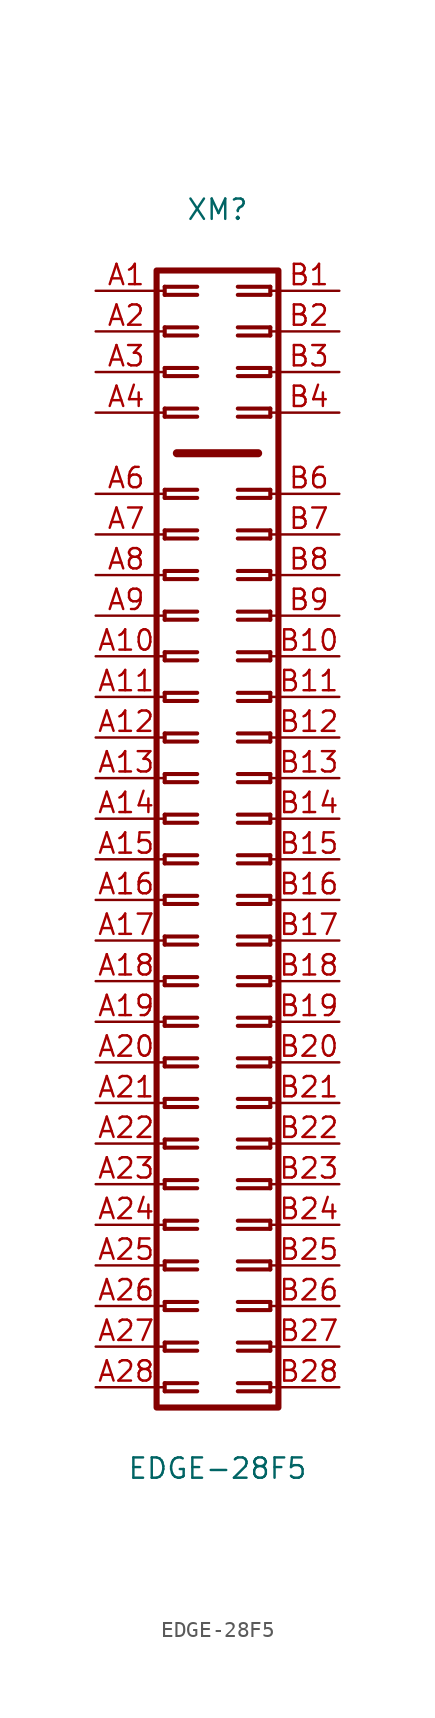
<source format=kicad_sym>
(kicad_symbol_lib
  (version 20231120)
  (generator "kicad_symbol_editor")
  (generator_version "8.0")
  (symbol "EDGE-28F5"
    (pin_names
      (offset 1.016))
    (property "Reference" "XM"
      (at 0 39.37 0)
      (effects (font (size 1.27 1.27))))
    (property "Value" "EDGE-28F5"
      (at 0 -39.37 0)
      (effects (font (size 1.27 1.27))))
    (symbol "EDGE-28F5_0_0"
      (polyline (pts (xy -2.54 24.13) (xy 2.54 24.13)) (stroke (width 0.508) (type default)) (fill (type none))))
    (symbol "EDGE-28F5_0_1"
      (rectangle (start -3.81 35.56) (end 3.81 -35.56) (stroke (width 0.381) (type default)) (fill (type none)))
      (polyline (pts (xy -3.81 -34.29) (xy -3.302 -34.29)) (stroke (width 0) (type default)) (fill (type none)))
      (polyline (pts (xy -3.81 -31.75) (xy -3.302 -31.75)) (stroke (width 0) (type default)) (fill (type none)))
      (polyline (pts (xy -3.81 -29.21) (xy -3.302 -29.21)) (stroke (width 0) (type default)) (fill (type none)))
      (polyline (pts (xy -3.81 -26.67) (xy -3.302 -26.67)) (stroke (width 0) (type default)) (fill (type none)))
      (polyline (pts (xy -3.81 -24.13) (xy -3.302 -24.13)) (stroke (width 0) (type default)) (fill (type none)))
      (polyline (pts (xy -3.81 -21.59) (xy -3.302 -21.59)) (stroke (width 0) (type default)) (fill (type none)))
      (polyline (pts (xy -3.81 -19.05) (xy -3.302 -19.05)) (stroke (width 0) (type default)) (fill (type none)))
      (polyline (pts (xy -3.81 -16.51) (xy -3.302 -16.51)) (stroke (width 0) (type default)) (fill (type none)))
      (polyline (pts (xy -3.81 -13.97) (xy -3.302 -13.97)) (stroke (width 0) (type default)) (fill (type none)))
      (polyline (pts (xy -3.81 -11.43) (xy -3.302 -11.43)) (stroke (width 0) (type default)) (fill (type none)))
      (polyline (pts (xy -3.81 -8.89) (xy -3.302 -8.89)) (stroke (width 0) (type default)) (fill (type none)))
      (polyline (pts (xy -3.81 -6.35) (xy -3.302 -6.35)) (stroke (width 0) (type default)) (fill (type none)))
      (polyline (pts (xy -3.81 -3.81) (xy -3.302 -3.81)) (stroke (width 0) (type default)) (fill (type none)))
      (polyline (pts (xy -3.81 -1.27) (xy -3.302 -1.27)) (stroke (width 0) (type default)) (fill (type none)))
      (polyline (pts (xy -3.81 1.27) (xy -3.302 1.27)) (stroke (width 0) (type default)) (fill (type none)))
      (polyline (pts (xy -3.81 3.81) (xy -3.302 3.81)) (stroke (width 0) (type default)) (fill (type none)))
      (polyline (pts (xy -3.81 6.35) (xy -3.302 6.35)) (stroke (width 0) (type default)) (fill (type none)))
      (polyline (pts (xy -3.81 8.89) (xy -3.302 8.89)) (stroke (width 0) (type default)) (fill (type none)))
      (polyline (pts (xy -3.81 11.43) (xy -3.302 11.43)) (stroke (width 0) (type default)) (fill (type none)))
      (polyline (pts (xy -3.81 13.97) (xy -3.302 13.97)) (stroke (width 0) (type default)) (fill (type none)))
      (polyline (pts (xy -3.81 16.51) (xy -3.302 16.51)) (stroke (width 0) (type default)) (fill (type none)))
      (polyline (pts (xy -3.81 19.05) (xy -3.302 19.05)) (stroke (width 0) (type default)) (fill (type none)))
      (polyline (pts (xy -3.81 21.59) (xy -3.302 21.59)) (stroke (width 0) (type default)) (fill (type none)))
      (polyline (pts (xy -3.81 26.67) (xy -3.302 26.67)) (stroke (width 0) (type default)) (fill (type none)))
      (polyline (pts (xy -3.81 29.21) (xy -3.302 29.21)) (stroke (width 0) (type default)) (fill (type none)))
      (polyline (pts (xy -3.81 31.75) (xy -3.302 31.75)) (stroke (width 0) (type default)) (fill (type none)))
      (polyline (pts (xy -3.81 34.29) (xy -3.302 34.29)) (stroke (width 0) (type default)) (fill (type none)))
      (polyline (pts (xy -3.302 -34.544) (xy -3.302 -34.036)) (stroke (width 0.254) (type default)) (fill (type none)))
      (polyline (pts (xy -3.302 -34.544) (xy -1.27 -34.544)) (stroke (width 0.254) (type default)) (fill (type none)))
      (polyline (pts (xy -3.302 -34.036) (xy -1.27 -34.036)) (stroke (width 0.254) (type default)) (fill (type none)))
      (polyline (pts (xy -3.302 -32.004) (xy -3.302 -31.496)) (stroke (width 0.254) (type default)) (fill (type none)))
      (polyline (pts (xy -3.302 -32.004) (xy -1.27 -32.004)) (stroke (width 0.254) (type default)) (fill (type none)))
      (polyline (pts (xy -3.302 -31.496) (xy -1.27 -31.496)) (stroke (width 0.254) (type default)) (fill (type none)))
      (polyline (pts (xy -3.302 -29.464) (xy -3.302 -28.956)) (stroke (width 0.254) (type default)) (fill (type none)))
      (polyline (pts (xy -3.302 -29.464) (xy -1.27 -29.464)) (stroke (width 0.254) (type default)) (fill (type none)))
      (polyline (pts (xy -3.302 -28.956) (xy -1.27 -28.956)) (stroke (width 0.254) (type default)) (fill (type none)))
      (polyline (pts (xy -3.302 -26.924) (xy -3.302 -26.416)) (stroke (width 0.254) (type default)) (fill (type none)))
      (polyline (pts (xy -3.302 -26.924) (xy -1.27 -26.924)) (stroke (width 0.254) (type default)) (fill (type none)))
      (polyline (pts (xy -3.302 -26.416) (xy -1.27 -26.416)) (stroke (width 0.254) (type default)) (fill (type none)))
      (polyline (pts (xy -3.302 -24.384) (xy -3.302 -23.876)) (stroke (width 0.254) (type default)) (fill (type none)))
      (polyline (pts (xy -3.302 -24.384) (xy -1.27 -24.384)) (stroke (width 0.254) (type default)) (fill (type none)))
      (polyline (pts (xy -3.302 -23.876) (xy -1.27 -23.876)) (stroke (width 0.254) (type default)) (fill (type none)))
      (polyline (pts (xy -3.302 -21.844) (xy -3.302 -21.336)) (stroke (width 0.254) (type default)) (fill (type none)))
      (polyline (pts (xy -3.302 -21.844) (xy -1.27 -21.844)) (stroke (width 0.254) (type default)) (fill (type none)))
      (polyline (pts (xy -3.302 -21.336) (xy -1.27 -21.336)) (stroke (width 0.254) (type default)) (fill (type none)))
      (polyline (pts (xy -3.302 -19.304) (xy -3.302 -18.796)) (stroke (width 0.254) (type default)) (fill (type none)))
      (polyline (pts (xy -3.302 -19.304) (xy -1.27 -19.304)) (stroke (width 0.254) (type default)) (fill (type none)))
      (polyline (pts (xy -3.302 -18.796) (xy -1.27 -18.796)) (stroke (width 0.254) (type default)) (fill (type none)))
      (polyline (pts (xy -3.302 -16.764) (xy -3.302 -16.256)) (stroke (width 0.254) (type default)) (fill (type none)))
      (polyline (pts (xy -3.302 -16.764) (xy -1.27 -16.764)) (stroke (width 0.254) (type default)) (fill (type none)))
      (polyline (pts (xy -3.302 -16.256) (xy -1.27 -16.256)) (stroke (width 0.254) (type default)) (fill (type none)))
      (polyline (pts (xy -3.302 -14.224) (xy -3.302 -13.716)) (stroke (width 0.254) (type default)) (fill (type none)))
      (polyline (pts (xy -3.302 -14.224) (xy -1.27 -14.224)) (stroke (width 0.254) (type default)) (fill (type none)))
      (polyline (pts (xy -3.302 -13.716) (xy -1.27 -13.716)) (stroke (width 0.254) (type default)) (fill (type none)))
      (polyline (pts (xy -3.302 -11.684) (xy -3.302 -11.176)) (stroke (width 0.254) (type default)) (fill (type none)))
      (polyline (pts (xy -3.302 -11.684) (xy -1.27 -11.684)) (stroke (width 0.254) (type default)) (fill (type none)))
      (polyline (pts (xy -3.302 -11.176) (xy -1.27 -11.176)) (stroke (width 0.254) (type default)) (fill (type none)))
      (polyline (pts (xy -3.302 -9.144) (xy -3.302 -8.636)) (stroke (width 0.254) (type default)) (fill (type none)))
      (polyline (pts (xy -3.302 -9.144) (xy -1.27 -9.144)) (stroke (width 0.254) (type default)) (fill (type none)))
      (polyline (pts (xy -3.302 -8.636) (xy -1.27 -8.636)) (stroke (width 0.254) (type default)) (fill (type none)))
      (polyline (pts (xy -3.302 -6.604) (xy -3.302 -6.096)) (stroke (width 0.254) (type default)) (fill (type none)))
      (polyline (pts (xy -3.302 -6.604) (xy -1.27 -6.604)) (stroke (width 0.254) (type default)) (fill (type none)))
      (polyline (pts (xy -3.302 -6.096) (xy -1.27 -6.096)) (stroke (width 0.254) (type default)) (fill (type none)))
      (polyline (pts (xy -3.302 -4.064) (xy -3.302 -3.556)) (stroke (width 0.254) (type default)) (fill (type none)))
      (polyline (pts (xy -3.302 -4.064) (xy -1.27 -4.064)) (stroke (width 0.254) (type default)) (fill (type none)))
      (polyline (pts (xy -3.302 -3.556) (xy -1.27 -3.556)) (stroke (width 0.254) (type default)) (fill (type none)))
      (polyline (pts (xy -3.302 -1.524) (xy -3.302 -1.016)) (stroke (width 0.254) (type default)) (fill (type none)))
      (polyline (pts (xy -3.302 -1.524) (xy -1.27 -1.524)) (stroke (width 0.254) (type default)) (fill (type none)))
      (polyline (pts (xy -3.302 -1.016) (xy -1.27 -1.016)) (stroke (width 0.254) (type default)) (fill (type none)))
      (polyline (pts (xy -3.302 1.016) (xy -3.302 1.524)) (stroke (width 0.254) (type default)) (fill (type none)))
      (polyline (pts (xy -3.302 1.016) (xy -1.27 1.016)) (stroke (width 0.254) (type default)) (fill (type none)))
      (polyline (pts (xy -3.302 1.524) (xy -1.27 1.524)) (stroke (width 0.254) (type default)) (fill (type none)))
      (polyline (pts (xy -3.302 3.556) (xy -3.302 4.064)) (stroke (width 0.254) (type default)) (fill (type none)))
      (polyline (pts (xy -3.302 3.556) (xy -1.27 3.556)) (stroke (width 0.254) (type default)) (fill (type none)))
      (polyline (pts (xy -3.302 4.064) (xy -1.27 4.064)) (stroke (width 0.254) (type default)) (fill (type none)))
      (polyline (pts (xy -3.302 6.096) (xy -3.302 6.604)) (stroke (width 0.254) (type default)) (fill (type none)))
      (polyline (pts (xy -3.302 6.096) (xy -1.27 6.096)) (stroke (width 0.254) (type default)) (fill (type none)))
      (polyline (pts (xy -3.302 6.604) (xy -1.27 6.604)) (stroke (width 0.254) (type default)) (fill (type none)))
      (polyline (pts (xy -3.302 8.636) (xy -3.302 9.144)) (stroke (width 0.254) (type default)) (fill (type none)))
      (polyline (pts (xy -3.302 8.636) (xy -1.27 8.636)) (stroke (width 0.254) (type default)) (fill (type none)))
      (polyline (pts (xy -3.302 9.144) (xy -1.27 9.144)) (stroke (width 0.254) (type default)) (fill (type none)))
      (polyline (pts (xy -3.302 11.176) (xy -3.302 11.684)) (stroke (width 0.254) (type default)) (fill (type none)))
      (polyline (pts (xy -3.302 11.176) (xy -1.27 11.176)) (stroke (width 0.254) (type default)) (fill (type none)))
      (polyline (pts (xy -3.302 11.684) (xy -1.27 11.684)) (stroke (width 0.254) (type default)) (fill (type none)))
      (polyline (pts (xy -3.302 13.716) (xy -3.302 14.224)) (stroke (width 0.254) (type default)) (fill (type none)))
      (polyline (pts (xy -3.302 13.716) (xy -1.27 13.716)) (stroke (width 0.254) (type default)) (fill (type none)))
      (polyline (pts (xy -3.302 14.224) (xy -1.27 14.224)) (stroke (width 0.254) (type default)) (fill (type none)))
      (polyline (pts (xy -3.302 16.256) (xy -3.302 16.764)) (stroke (width 0.254) (type default)) (fill (type none)))
      (polyline (pts (xy -3.302 16.256) (xy -1.27 16.256)) (stroke (width 0.254) (type default)) (fill (type none)))
      (polyline (pts (xy -3.302 16.764) (xy -1.27 16.764)) (stroke (width 0.254) (type default)) (fill (type none)))
      (polyline (pts (xy -3.302 18.796) (xy -3.302 19.304)) (stroke (width 0.254) (type default)) (fill (type none)))
      (polyline (pts (xy -3.302 18.796) (xy -1.27 18.796)) (stroke (width 0.254) (type default)) (fill (type none)))
      (polyline (pts (xy -3.302 19.304) (xy -1.27 19.304)) (stroke (width 0.254) (type default)) (fill (type none)))
      (polyline (pts (xy -3.302 21.336) (xy -3.302 21.844)) (stroke (width 0.254) (type default)) (fill (type none)))
      (polyline (pts (xy -3.302 21.336) (xy -1.27 21.336)) (stroke (width 0.254) (type default)) (fill (type none)))
      (polyline (pts (xy -3.302 21.844) (xy -1.27 21.844)) (stroke (width 0.254) (type default)) (fill (type none)))
      (polyline (pts (xy -3.302 26.416) (xy -3.302 26.924)) (stroke (width 0.254) (type default)) (fill (type none)))
      (polyline (pts (xy -3.302 26.416) (xy -1.27 26.416)) (stroke (width 0.254) (type default)) (fill (type none)))
      (polyline (pts (xy -3.302 26.924) (xy -1.27 26.924)) (stroke (width 0.254) (type default)) (fill (type none)))
      (polyline (pts (xy -3.302 28.956) (xy -3.302 29.464)) (stroke (width 0.254) (type default)) (fill (type none)))
      (polyline (pts (xy -3.302 28.956) (xy -1.27 28.956)) (stroke (width 0.254) (type default)) (fill (type none)))
      (polyline (pts (xy -3.302 29.464) (xy -1.27 29.464)) (stroke (width 0.254) (type default)) (fill (type none)))
      (polyline (pts (xy -3.302 31.496) (xy -3.302 32.004)) (stroke (width 0.254) (type default)) (fill (type none)))
      (polyline (pts (xy -3.302 31.496) (xy -1.27 31.496)) (stroke (width 0.254) (type default)) (fill (type none)))
      (polyline (pts (xy -3.302 32.004) (xy -1.27 32.004)) (stroke (width 0.254) (type default)) (fill (type none)))
      (polyline (pts (xy -3.302 34.036) (xy -3.302 34.544)) (stroke (width 0.254) (type default)) (fill (type none)))
      (polyline (pts (xy -3.302 34.036) (xy -1.27 34.036)) (stroke (width 0.254) (type default)) (fill (type none)))
      (polyline (pts (xy -3.302 34.544) (xy -1.27 34.544)) (stroke (width 0.254) (type default)) (fill (type none)))
      (polyline (pts (xy 3.302 -34.544) (xy 1.27 -34.544)) (stroke (width 0.254) (type default)) (fill (type none)))
      (polyline (pts (xy 3.302 -34.544) (xy 3.302 -34.036)) (stroke (width 0.254) (type default)) (fill (type none)))
      (polyline (pts (xy 3.302 -34.036) (xy 1.27 -34.036)) (stroke (width 0.254) (type default)) (fill (type none)))
      (polyline (pts (xy 3.302 -32.004) (xy 1.27 -32.004)) (stroke (width 0.254) (type default)) (fill (type none)))
      (polyline (pts (xy 3.302 -32.004) (xy 3.302 -31.496)) (stroke (width 0.254) (type default)) (fill (type none)))
      (polyline (pts (xy 3.302 -31.496) (xy 1.27 -31.496)) (stroke (width 0.254) (type default)) (fill (type none)))
      (polyline (pts (xy 3.302 -29.464) (xy 1.27 -29.464)) (stroke (width 0.254) (type default)) (fill (type none)))
      (polyline (pts (xy 3.302 -29.464) (xy 3.302 -28.956)) (stroke (width 0.254) (type default)) (fill (type none)))
      (polyline (pts (xy 3.302 -28.956) (xy 1.27 -28.956)) (stroke (width 0.254) (type default)) (fill (type none)))
      (polyline (pts (xy 3.302 -26.924) (xy 1.27 -26.924)) (stroke (width 0.254) (type default)) (fill (type none)))
      (polyline (pts (xy 3.302 -26.924) (xy 3.302 -26.416)) (stroke (width 0.254) (type default)) (fill (type none)))
      (polyline (pts (xy 3.302 -26.416) (xy 1.27 -26.416)) (stroke (width 0.254) (type default)) (fill (type none)))
      (polyline (pts (xy 3.302 -24.384) (xy 1.27 -24.384)) (stroke (width 0.254) (type default)) (fill (type none)))
      (polyline (pts (xy 3.302 -24.384) (xy 3.302 -23.876)) (stroke (width 0.254) (type default)) (fill (type none)))
      (polyline (pts (xy 3.302 -23.876) (xy 1.27 -23.876)) (stroke (width 0.254) (type default)) (fill (type none)))
      (polyline (pts (xy 3.302 -21.844) (xy 1.27 -21.844)) (stroke (width 0.254) (type default)) (fill (type none)))
      (polyline (pts (xy 3.302 -21.844) (xy 3.302 -21.336)) (stroke (width 0.254) (type default)) (fill (type none)))
      (polyline (pts (xy 3.302 -21.336) (xy 1.27 -21.336)) (stroke (width 0.254) (type default)) (fill (type none)))
      (polyline (pts (xy 3.302 -19.304) (xy 1.27 -19.304)) (stroke (width 0.254) (type default)) (fill (type none)))
      (polyline (pts (xy 3.302 -19.304) (xy 3.302 -18.796)) (stroke (width 0.254) (type default)) (fill (type none)))
      (polyline (pts (xy 3.302 -18.796) (xy 1.27 -18.796)) (stroke (width 0.254) (type default)) (fill (type none)))
      (polyline (pts (xy 3.302 -16.764) (xy 1.27 -16.764)) (stroke (width 0.254) (type default)) (fill (type none)))
      (polyline (pts (xy 3.302 -16.764) (xy 3.302 -16.256)) (stroke (width 0.254) (type default)) (fill (type none)))
      (polyline (pts (xy 3.302 -16.256) (xy 1.27 -16.256)) (stroke (width 0.254) (type default)) (fill (type none)))
      (polyline (pts (xy 3.302 -14.224) (xy 1.27 -14.224)) (stroke (width 0.254) (type default)) (fill (type none)))
      (polyline (pts (xy 3.302 -14.224) (xy 3.302 -13.716)) (stroke (width 0.254) (type default)) (fill (type none)))
      (polyline (pts (xy 3.302 -13.716) (xy 1.27 -13.716)) (stroke (width 0.254) (type default)) (fill (type none)))
      (polyline (pts (xy 3.302 -11.684) (xy 1.27 -11.684)) (stroke (width 0.254) (type default)) (fill (type none)))
      (polyline (pts (xy 3.302 -11.684) (xy 3.302 -11.176)) (stroke (width 0.254) (type default)) (fill (type none)))
      (polyline (pts (xy 3.302 -11.176) (xy 1.27 -11.176)) (stroke (width 0.254) (type default)) (fill (type none)))
      (polyline (pts (xy 3.302 -9.144) (xy 1.27 -9.144)) (stroke (width 0.254) (type default)) (fill (type none)))
      (polyline (pts (xy 3.302 -9.144) (xy 3.302 -8.636)) (stroke (width 0.254) (type default)) (fill (type none)))
      (polyline (pts (xy 3.302 -8.636) (xy 1.27 -8.636)) (stroke (width 0.254) (type default)) (fill (type none)))
      (polyline (pts (xy 3.302 -6.604) (xy 1.27 -6.604)) (stroke (width 0.254) (type default)) (fill (type none)))
      (polyline (pts (xy 3.302 -6.604) (xy 3.302 -6.096)) (stroke (width 0.254) (type default)) (fill (type none)))
      (polyline (pts (xy 3.302 -6.096) (xy 1.27 -6.096)) (stroke (width 0.254) (type default)) (fill (type none)))
      (polyline (pts (xy 3.302 -4.064) (xy 1.27 -4.064)) (stroke (width 0.254) (type default)) (fill (type none)))
      (polyline (pts (xy 3.302 -4.064) (xy 3.302 -3.556)) (stroke (width 0.254) (type default)) (fill (type none)))
      (polyline (pts (xy 3.302 -3.556) (xy 1.27 -3.556)) (stroke (width 0.254) (type default)) (fill (type none)))
      (polyline (pts (xy 3.302 -1.524) (xy 1.27 -1.524)) (stroke (width 0.254) (type default)) (fill (type none)))
      (polyline (pts (xy 3.302 -1.524) (xy 3.302 -1.016)) (stroke (width 0.254) (type default)) (fill (type none)))
      (polyline (pts (xy 3.302 -1.016) (xy 1.27 -1.016)) (stroke (width 0.254) (type default)) (fill (type none)))
      (polyline (pts (xy 3.302 1.016) (xy 1.27 1.016)) (stroke (width 0.254) (type default)) (fill (type none)))
      (polyline (pts (xy 3.302 1.016) (xy 3.302 1.524)) (stroke (width 0.254) (type default)) (fill (type none)))
      (polyline (pts (xy 3.302 1.524) (xy 1.27 1.524)) (stroke (width 0.254) (type default)) (fill (type none)))
      (polyline (pts (xy 3.302 3.556) (xy 1.27 3.556)) (stroke (width 0.254) (type default)) (fill (type none)))
      (polyline (pts (xy 3.302 3.556) (xy 3.302 4.064)) (stroke (width 0.254) (type default)) (fill (type none)))
      (polyline (pts (xy 3.302 4.064) (xy 1.27 4.064)) (stroke (width 0.254) (type default)) (fill (type none)))
      (polyline (pts (xy 3.302 6.096) (xy 1.27 6.096)) (stroke (width 0.254) (type default)) (fill (type none)))
      (polyline (pts (xy 3.302 6.096) (xy 3.302 6.604)) (stroke (width 0.254) (type default)) (fill (type none)))
      (polyline (pts (xy 3.302 6.604) (xy 1.27 6.604)) (stroke (width 0.254) (type default)) (fill (type none)))
      (polyline (pts (xy 3.302 8.636) (xy 1.27 8.636)) (stroke (width 0.254) (type default)) (fill (type none)))
      (polyline (pts (xy 3.302 8.636) (xy 3.302 9.144)) (stroke (width 0.254) (type default)) (fill (type none)))
      (polyline (pts (xy 3.302 9.144) (xy 1.27 9.144)) (stroke (width 0.254) (type default)) (fill (type none)))
      (polyline (pts (xy 3.302 11.176) (xy 1.27 11.176)) (stroke (width 0.254) (type default)) (fill (type none)))
      (polyline (pts (xy 3.302 11.176) (xy 3.302 11.684)) (stroke (width 0.254) (type default)) (fill (type none)))
      (polyline (pts (xy 3.302 11.684) (xy 1.27 11.684)) (stroke (width 0.254) (type default)) (fill (type none)))
      (polyline (pts (xy 3.302 13.716) (xy 1.27 13.716)) (stroke (width 0.254) (type default)) (fill (type none)))
      (polyline (pts (xy 3.302 13.716) (xy 3.302 14.224)) (stroke (width 0.254) (type default)) (fill (type none)))
      (polyline (pts (xy 3.302 14.224) (xy 1.27 14.224)) (stroke (width 0.254) (type default)) (fill (type none)))
      (polyline (pts (xy 3.302 16.256) (xy 1.27 16.256)) (stroke (width 0.254) (type default)) (fill (type none)))
      (polyline (pts (xy 3.302 16.256) (xy 3.302 16.764)) (stroke (width 0.254) (type default)) (fill (type none)))
      (polyline (pts (xy 3.302 16.764) (xy 1.27 16.764)) (stroke (width 0.254) (type default)) (fill (type none)))
      (polyline (pts (xy 3.302 18.796) (xy 1.27 18.796)) (stroke (width 0.254) (type default)) (fill (type none)))
      (polyline (pts (xy 3.302 18.796) (xy 3.302 19.304)) (stroke (width 0.254) (type default)) (fill (type none)))
      (polyline (pts (xy 3.302 19.304) (xy 1.27 19.304)) (stroke (width 0.254) (type default)) (fill (type none)))
      (polyline (pts (xy 3.302 21.336) (xy 1.27 21.336)) (stroke (width 0.254) (type default)) (fill (type none)))
      (polyline (pts (xy 3.302 21.336) (xy 3.302 21.844)) (stroke (width 0.254) (type default)) (fill (type none)))
      (polyline (pts (xy 3.302 21.844) (xy 1.27 21.844)) (stroke (width 0.254) (type default)) (fill (type none)))
      (polyline (pts (xy 3.302 26.416) (xy 1.27 26.416)) (stroke (width 0.254) (type default)) (fill (type none)))
      (polyline (pts (xy 3.302 26.416) (xy 3.302 26.924)) (stroke (width 0.254) (type default)) (fill (type none)))
      (polyline (pts (xy 3.302 26.924) (xy 1.27 26.924)) (stroke (width 0.254) (type default)) (fill (type none)))
      (polyline (pts (xy 3.302 28.956) (xy 1.27 28.956)) (stroke (width 0.254) (type default)) (fill (type none)))
      (polyline (pts (xy 3.302 28.956) (xy 3.302 29.464)) (stroke (width 0.254) (type default)) (fill (type none)))
      (polyline (pts (xy 3.302 29.464) (xy 1.27 29.464)) (stroke (width 0.254) (type default)) (fill (type none)))
      (polyline (pts (xy 3.302 31.496) (xy 1.27 31.496)) (stroke (width 0.254) (type default)) (fill (type none)))
      (polyline (pts (xy 3.302 31.496) (xy 3.302 32.004)) (stroke (width 0.254) (type default)) (fill (type none)))
      (polyline (pts (xy 3.302 32.004) (xy 1.27 32.004)) (stroke (width 0.254) (type default)) (fill (type none)))
      (polyline (pts (xy 3.302 34.036) (xy 1.27 34.036)) (stroke (width 0.254) (type default)) (fill (type none)))
      (polyline (pts (xy 3.302 34.036) (xy 3.302 34.544)) (stroke (width 0.254) (type default)) (fill (type none)))
      (polyline (pts (xy 3.302 34.544) (xy 1.27 34.544)) (stroke (width 0.254) (type default)) (fill (type none)))
      (polyline (pts (xy 3.81 -34.29) (xy 3.302 -34.29)) (stroke (width 0) (type default)) (fill (type none)))
      (polyline (pts (xy 3.81 -31.75) (xy 3.302 -31.75)) (stroke (width 0) (type default)) (fill (type none)))
      (polyline (pts (xy 3.81 -29.21) (xy 3.302 -29.21)) (stroke (width 0) (type default)) (fill (type none)))
      (polyline (pts (xy 3.81 -26.67) (xy 3.302 -26.67)) (stroke (width 0) (type default)) (fill (type none)))
      (polyline (pts (xy 3.81 -24.13) (xy 3.302 -24.13)) (stroke (width 0) (type default)) (fill (type none)))
      (polyline (pts (xy 3.81 -21.59) (xy 3.302 -21.59)) (stroke (width 0) (type default)) (fill (type none)))
      (polyline (pts (xy 3.81 -19.05) (xy 3.302 -19.05)) (stroke (width 0) (type default)) (fill (type none)))
      (polyline (pts (xy 3.81 -16.51) (xy 3.302 -16.51)) (stroke (width 0) (type default)) (fill (type none)))
      (polyline (pts (xy 3.81 -13.97) (xy 3.302 -13.97)) (stroke (width 0) (type default)) (fill (type none)))
      (polyline (pts (xy 3.81 -11.43) (xy 3.302 -11.43)) (stroke (width 0) (type default)) (fill (type none)))
      (polyline (pts (xy 3.81 -8.89) (xy 3.302 -8.89)) (stroke (width 0) (type default)) (fill (type none)))
      (polyline (pts (xy 3.81 -6.35) (xy 3.302 -6.35)) (stroke (width 0) (type default)) (fill (type none)))
      (polyline (pts (xy 3.81 -3.81) (xy 3.302 -3.81)) (stroke (width 0) (type default)) (fill (type none)))
      (polyline (pts (xy 3.81 -1.27) (xy 3.302 -1.27)) (stroke (width 0) (type default)) (fill (type none)))
      (polyline (pts (xy 3.81 1.27) (xy 3.302 1.27)) (stroke (width 0) (type default)) (fill (type none)))
      (polyline (pts (xy 3.81 3.81) (xy 3.302 3.81)) (stroke (width 0) (type default)) (fill (type none)))
      (polyline (pts (xy 3.81 6.35) (xy 3.302 6.35)) (stroke (width 0) (type default)) (fill (type none)))
      (polyline (pts (xy 3.81 8.89) (xy 3.302 8.89)) (stroke (width 0) (type default)) (fill (type none)))
      (polyline (pts (xy 3.81 11.43) (xy 3.302 11.43)) (stroke (width 0) (type default)) (fill (type none)))
      (polyline (pts (xy 3.81 13.97) (xy 3.302 13.97)) (stroke (width 0) (type default)) (fill (type none)))
      (polyline (pts (xy 3.81 16.51) (xy 3.302 16.51)) (stroke (width 0) (type default)) (fill (type none)))
      (polyline (pts (xy 3.81 19.05) (xy 3.302 19.05)) (stroke (width 0) (type default)) (fill (type none)))
      (polyline (pts (xy 3.81 21.59) (xy 3.302 21.59)) (stroke (width 0) (type default)) (fill (type none)))
      (polyline (pts (xy 3.81 26.67) (xy 3.302 26.67)) (stroke (width 0) (type default)) (fill (type none)))
      (polyline (pts (xy 3.81 29.21) (xy 3.302 29.21)) (stroke (width 0) (type default)) (fill (type none)))
      (polyline (pts (xy 3.81 31.75) (xy 3.302 31.75)) (stroke (width 0) (type default)) (fill (type none)))
      (polyline (pts (xy 3.81 34.29) (xy 3.302 34.29)) (stroke (width 0) (type default)) (fill (type none))))
    (symbol "EDGE-28F5_1_1"
      (pin passive line (at -7.62 34.29 0) (length 3.81) (name "~" (effects (font (size 1.27 1.27)))) (number "A1" (effects (font (size 1.27 1.27)))))
      (pin passive line (at -7.62 11.43 0) (length 3.81) (name "~" (effects (font (size 1.27 1.27)))) (number "A10" (effects (font (size 1.27 1.27)))))
      (pin passive line (at -7.62 8.89 0) (length 3.81) (name "~" (effects (font (size 1.27 1.27)))) (number "A11" (effects (font (size 1.27 1.27)))))
      (pin passive line (at -7.62 6.35 0) (length 3.81) (name "~" (effects (font (size 1.27 1.27)))) (number "A12" (effects (font (size 1.27 1.27)))))
      (pin passive line (at -7.62 3.81 0) (length 3.81) (name "~" (effects (font (size 1.27 1.27)))) (number "A13" (effects (font (size 1.27 1.27)))))
      (pin passive line (at -7.62 1.27 0) (length 3.81) (name "~" (effects (font (size 1.27 1.27)))) (number "A14" (effects (font (size 1.27 1.27)))))
      (pin passive line (at -7.62 -1.27 0) (length 3.81) (name "~" (effects (font (size 1.27 1.27)))) (number "A15" (effects (font (size 1.27 1.27)))))
      (pin passive line (at -7.62 -3.81 0) (length 3.81) (name "~" (effects (font (size 1.27 1.27)))) (number "A16" (effects (font (size 1.27 1.27)))))
      (pin passive line (at -7.62 -6.35 0) (length 3.81) (name "~" (effects (font (size 1.27 1.27)))) (number "A17" (effects (font (size 1.27 1.27)))))
      (pin passive line (at -7.62 -8.89 0) (length 3.81) (name "~" (effects (font (size 1.27 1.27)))) (number "A18" (effects (font (size 1.27 1.27)))))
      (pin passive line (at -7.62 -11.43 0) (length 3.81) (name "~" (effects (font (size 1.27 1.27)))) (number "A19" (effects (font (size 1.27 1.27)))))
      (pin passive line (at -7.62 31.75 0) (length 3.81) (name "~" (effects (font (size 1.27 1.27)))) (number "A2" (effects (font (size 1.27 1.27)))))
      (pin passive line (at -7.62 -13.97 0) (length 3.81) (name "~" (effects (font (size 1.27 1.27)))) (number "A20" (effects (font (size 1.27 1.27)))))
      (pin passive line (at -7.62 -16.51 0) (length 3.81) (name "~" (effects (font (size 1.27 1.27)))) (number "A21" (effects (font (size 1.27 1.27)))))
      (pin passive line (at -7.62 -19.05 0) (length 3.81) (name "~" (effects (font (size 1.27 1.27)))) (number "A22" (effects (font (size 1.27 1.27)))))
      (pin passive line (at -7.62 -21.59 0) (length 3.81) (name "~" (effects (font (size 1.27 1.27)))) (number "A23" (effects (font (size 1.27 1.27)))))
      (pin passive line (at -7.62 -24.13 0) (length 3.81) (name "~" (effects (font (size 1.27 1.27)))) (number "A24" (effects (font (size 1.27 1.27)))))
      (pin passive line (at -7.62 -26.67 0) (length 3.81) (name "~" (effects (font (size 1.27 1.27)))) (number "A25" (effects (font (size 1.27 1.27)))))
      (pin passive line (at -7.62 -29.21 0) (length 3.81) (name "~" (effects (font (size 1.27 1.27)))) (number "A26" (effects (font (size 1.27 1.27)))))
      (pin passive line (at -7.62 -31.75 0) (length 3.81) (name "~" (effects (font (size 1.27 1.27)))) (number "A27" (effects (font (size 1.27 1.27)))))
      (pin passive line (at -7.62 -34.29 0) (length 3.81) (name "~" (effects (font (size 1.27 1.27)))) (number "A28" (effects (font (size 1.27 1.27)))))
      (pin passive line (at -7.62 29.21 0) (length 3.81) (name "~" (effects (font (size 1.27 1.27)))) (number "A3" (effects (font (size 1.27 1.27)))))
      (pin passive line (at -7.62 26.67 0) (length 3.81) (name "~" (effects (font (size 1.27 1.27)))) (number "A4" (effects (font (size 1.27 1.27)))))
      (pin passive line (at -7.62 21.59 0) (length 3.81) (name "~" (effects (font (size 1.27 1.27)))) (number "A6" (effects (font (size 1.27 1.27)))))
      (pin passive line (at -7.62 19.05 0) (length 3.81) (name "~" (effects (font (size 1.27 1.27)))) (number "A7" (effects (font (size 1.27 1.27)))))
      (pin passive line (at -7.62 16.51 0) (length 3.81) (name "~" (effects (font (size 1.27 1.27)))) (number "A8" (effects (font (size 1.27 1.27)))))
      (pin passive line (at -7.62 13.97 0) (length 3.81) (name "~" (effects (font (size 1.27 1.27)))) (number "A9" (effects (font (size 1.27 1.27)))))
      (pin passive line (at 7.62 34.29 180) (length 3.81) (name "~" (effects (font (size 1.27 1.27)))) (number "B1" (effects (font (size 1.27 1.27)))))
      (pin passive line (at 7.62 11.43 180) (length 3.81) (name "~" (effects (font (size 1.27 1.27)))) (number "B10" (effects (font (size 1.27 1.27)))))
      (pin passive line (at 7.62 8.89 180) (length 3.81) (name "~" (effects (font (size 1.27 1.27)))) (number "B11" (effects (font (size 1.27 1.27)))))
      (pin passive line (at 7.62 6.35 180) (length 3.81) (name "~" (effects (font (size 1.27 1.27)))) (number "B12" (effects (font (size 1.27 1.27)))))
      (pin passive line (at 7.62 3.81 180) (length 3.81) (name "~" (effects (font (size 1.27 1.27)))) (number "B13" (effects (font (size 1.27 1.27)))))
      (pin passive line (at 7.62 1.27 180) (length 3.81) (name "~" (effects (font (size 1.27 1.27)))) (number "B14" (effects (font (size 1.27 1.27)))))
      (pin passive line (at 7.62 -1.27 180) (length 3.81) (name "~" (effects (font (size 1.27 1.27)))) (number "B15" (effects (font (size 1.27 1.27)))))
      (pin passive line (at 7.62 -3.81 180) (length 3.81) (name "~" (effects (font (size 1.27 1.27)))) (number "B16" (effects (font (size 1.27 1.27)))))
      (pin passive line (at 7.62 -6.35 180) (length 3.81) (name "~" (effects (font (size 1.27 1.27)))) (number "B17" (effects (font (size 1.27 1.27)))))
      (pin passive line (at 7.62 -8.89 180) (length 3.81) (name "~" (effects (font (size 1.27 1.27)))) (number "B18" (effects (font (size 1.27 1.27)))))
      (pin passive line (at 7.62 -11.43 180) (length 3.81) (name "~" (effects (font (size 1.27 1.27)))) (number "B19" (effects (font (size 1.27 1.27)))))
      (pin passive line (at 7.62 31.75 180) (length 3.81) (name "~" (effects (font (size 1.27 1.27)))) (number "B2" (effects (font (size 1.27 1.27)))))
      (pin passive line (at 7.62 -13.97 180) (length 3.81) (name "~" (effects (font (size 1.27 1.27)))) (number "B20" (effects (font (size 1.27 1.27)))))
      (pin passive line (at 7.62 -16.51 180) (length 3.81) (name "~" (effects (font (size 1.27 1.27)))) (number "B21" (effects (font (size 1.27 1.27)))))
      (pin passive line (at 7.62 -19.05 180) (length 3.81) (name "~" (effects (font (size 1.27 1.27)))) (number "B22" (effects (font (size 1.27 1.27)))))
      (pin passive line (at 7.62 -21.59 180) (length 3.81) (name "~" (effects (font (size 1.27 1.27)))) (number "B23" (effects (font (size 1.27 1.27)))))
      (pin passive line (at 7.62 -24.13 180) (length 3.81) (name "~" (effects (font (size 1.27 1.27)))) (number "B24" (effects (font (size 1.27 1.27)))))
      (pin passive line (at 7.62 -26.67 180) (length 3.81) (name "~" (effects (font (size 1.27 1.27)))) (number "B25" (effects (font (size 1.27 1.27)))))
      (pin passive line (at 7.62 -29.21 180) (length 3.81) (name "~" (effects (font (size 1.27 1.27)))) (number "B26" (effects (font (size 1.27 1.27)))))
      (pin passive line (at 7.62 -31.75 180) (length 3.81) (name "~" (effects (font (size 1.27 1.27)))) (number "B27" (effects (font (size 1.27 1.27)))))
      (pin passive line (at 7.62 -34.29 180) (length 3.81) (name "~" (effects (font (size 1.27 1.27)))) (number "B28" (effects (font (size 1.27 1.27)))))
      (pin passive line (at 7.62 29.21 180) (length 3.81) (name "~" (effects (font (size 1.27 1.27)))) (number "B3" (effects (font (size 1.27 1.27)))))
      (pin passive line (at 7.62 26.67 180) (length 3.81) (name "~" (effects (font (size 1.27 1.27)))) (number "B4" (effects (font (size 1.27 1.27)))))
      (pin passive line (at 7.62 21.59 180) (length 3.81) (name "~" (effects (font (size 1.27 1.27)))) (number "B6" (effects (font (size 1.27 1.27)))))
      (pin passive line (at 7.62 19.05 180) (length 3.81) (name "~" (effects (font (size 1.27 1.27)))) (number "B7" (effects (font (size 1.27 1.27)))))
      (pin passive line (at 7.62 16.51 180) (length 3.81) (name "~" (effects (font (size 1.27 1.27)))) (number "B8" (effects (font (size 1.27 1.27)))))
      (pin passive line (at 7.62 13.97 180) (length 3.81) (name "~" (effects (font (size 1.27 1.27)))) (number "B9" (effects (font (size 1.27 1.27))))))))
</source>
